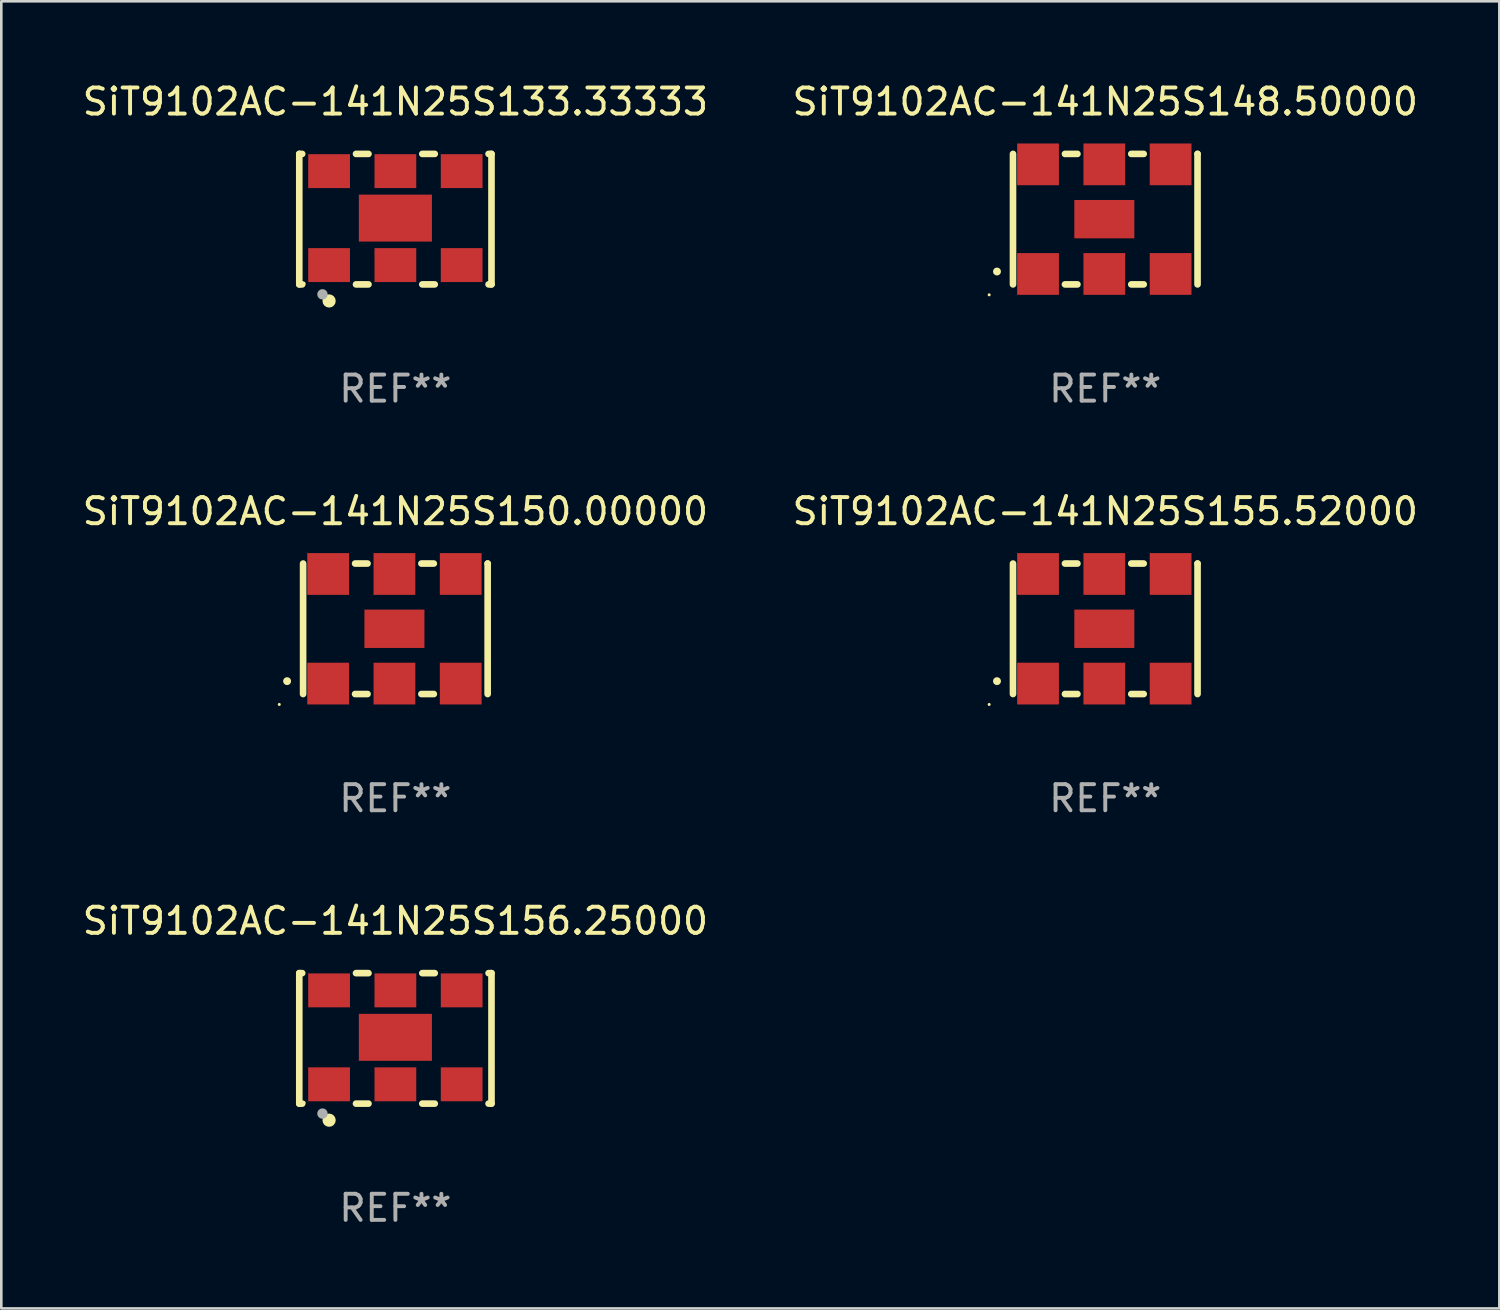
<source format=kicad_pcb>
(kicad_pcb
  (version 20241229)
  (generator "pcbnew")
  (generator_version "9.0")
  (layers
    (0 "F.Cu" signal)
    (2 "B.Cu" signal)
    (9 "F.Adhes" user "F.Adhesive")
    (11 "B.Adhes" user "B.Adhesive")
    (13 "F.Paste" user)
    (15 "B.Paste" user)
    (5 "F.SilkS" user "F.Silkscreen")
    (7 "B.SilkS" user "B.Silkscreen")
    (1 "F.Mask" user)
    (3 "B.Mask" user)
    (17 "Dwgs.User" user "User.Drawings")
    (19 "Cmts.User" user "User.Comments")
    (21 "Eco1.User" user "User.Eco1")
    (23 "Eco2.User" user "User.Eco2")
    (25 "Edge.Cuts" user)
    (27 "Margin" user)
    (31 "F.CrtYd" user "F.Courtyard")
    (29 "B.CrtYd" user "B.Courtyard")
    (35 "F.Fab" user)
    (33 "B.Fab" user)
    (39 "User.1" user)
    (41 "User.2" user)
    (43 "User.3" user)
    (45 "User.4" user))
  (footprint "SiT9102AC-141N25S133.33333"
    (layer "F.Cu")
    (at 12.101 5.348)
    (property "Reference" "SiT9102AC-141N25S133.33333" (at 0 -4.5 0) (layer "F.SilkS") (effects (font (size 1 1) (thickness 0.15))))
    (attr through_hole)
    (fp_line (start -3.683 -2.5) (end -3.571 -2.5) (stroke (width 0.254) (type solid)) (layer "F.SilkS"))
    (fp_line (start -3.683 2.5) (end -3.683 -2.5) (stroke (width 0.254) (type solid)) (layer "F.SilkS"))
    (fp_line (start -3.683 2.5) (end -3.571 2.5) (stroke (width 0.254) (type solid)) (layer "F.SilkS"))
    (fp_line (start -1.509 -2.5) (end -1.031 -2.5) (stroke (width 0.254) (type solid)) (layer "F.SilkS"))
    (fp_line (start -1.509 2.5) (end -1.031 2.5) (stroke (width 0.254) (type solid)) (layer "F.SilkS"))
    (fp_line (start 1.031 -2.5) (end 1.509 -2.5) (stroke (width 0.254) (type solid)) (layer "F.SilkS"))
    (fp_line (start 1.031 2.5) (end 1.509 2.5) (stroke (width 0.254) (type solid)) (layer "F.SilkS"))
    (fp_line (start 3.571 -2.5) (end 3.683 -2.5) (stroke (width 0.254) (type solid)) (layer "F.SilkS"))
    (fp_line (start 3.571 2.5) (end 3.683 2.5) (stroke (width 0.254) (type solid)) (layer "F.SilkS"))
    (fp_line (start 3.683 2.5) (end 3.683 -2.5) (stroke (width 0.254) (type solid)) (layer "F.SilkS"))
    (fp_circle (center -3.5 2.46) (end -3.47 2.46) (stroke (width 0.06) (type solid)) (fill no) (layer "F.SilkS"))
    (fp_circle (center -2.54 3.135) (end -2.413 3.135) (stroke (width 0.254) (type solid)) (fill no) (layer "F.SilkS"))
    (fp_circle (center -2.794 2.881) (end -2.694 2.881) (stroke (width 0.2) (type solid)) (fill no) (layer "F.Fab"))
    (fp_text user "REF**" (at 0 6.5 0) (layer "F.Fab") (effects (font (size 1 1) (thickness 0.15))))
    (pad "1" smd rect (at -2.54 1.76) (size 1.6 1.3) (layers "F.Cu" "F.Mask" "F.Paste"))
    (pad "2" smd rect (at 0 1.76) (size 1.6 1.3) (layers "F.Cu" "F.Mask" "F.Paste"))
    (pad "3" smd rect (at 2.54 1.76) (size 1.6 1.3) (layers "F.Cu" "F.Mask" "F.Paste"))
    (pad "4" smd rect (at 2.54 -1.84) (size 1.6 1.3) (layers "F.Cu" "F.Mask" "F.Paste"))
    (pad "5" smd rect (at 0 -1.84) (size 1.6 1.3) (layers "F.Cu" "F.Mask" "F.Paste"))
    (pad "6" smd rect (at -2.54 -1.84) (size 1.6 1.3) (layers "F.Cu" "F.Mask" "F.Paste"))
    (pad "7" smd rect (at 0 -0.04) (size 2.8 1.8) (layers "F.Cu" "F.Mask" "F.Paste")))
  (footprint "SiT9102AC-141N25S155.52000"
    (layer "F.Cu")
    (at 39.304 21.045)
    (property "Reference" "SiT9102AC-141N25S155.52000" (at 0 -4.5 0) (layer "F.SilkS") (effects (font (size 1 1) (thickness 0.15))))
    (attr through_hole)
    (fp_line (start -3.536 -2.5) (end -3.536 2.5) (stroke (width 0.254) (type solid)) (layer "F.SilkS"))
    (fp_line (start -1.544 2.5) (end -1.067 2.5) (stroke (width 0.254) (type solid)) (layer "F.SilkS"))
    (fp_line (start -1.067 -2.5) (end -1.544 -2.5) (stroke (width 0.254) (type solid)) (layer "F.SilkS"))
    (fp_line (start 0.996 2.5) (end 1.473 2.5) (stroke (width 0.254) (type solid)) (layer "F.SilkS"))
    (fp_line (start 1.473 -2.5) (end 0.996 -2.5) (stroke (width 0.254) (type solid)) (layer "F.SilkS"))
    (fp_line (start 3.536 -2.5) (end 3.536 -2.5) (stroke (width 0.254) (type solid)) (layer "F.SilkS"))
    (fp_line (start 3.536 2.5) (end 3.536 -2.5) (stroke (width 0.254) (type solid)) (layer "F.SilkS"))
    (fp_arc (start -4.150432 2.006604) (mid -4.149162 2.006599) (end -4.147892 2.006604) (stroke (width 0.3) (type solid)) (layer "F.SilkS"))
    (fp_circle (center -4.449 2.9) (end -4.419 2.9) (stroke (width 0.06) (type solid)) (fill no) (layer "F.SilkS"))
    (fp_text user "REF**" (at 0 6.5 0) (layer "F.Fab") (effects (font (size 1 1) (thickness 0.15))))
    (pad "1" smd rect (at -2.576 2.1) (size 1.6 1.6) (layers "F.Cu" "F.Mask" "F.Paste"))
    (pad "2" smd rect (at -0.036 2.1) (size 1.6 1.6) (layers "F.Cu" "F.Mask" "F.Paste"))
    (pad "3" smd rect (at 2.504 2.1) (size 1.6 1.6) (layers "F.Cu" "F.Mask" "F.Paste"))
    (pad "4" smd rect (at 2.504 -2.1) (size 1.6 1.6) (layers "F.Cu" "F.Mask" "F.Paste"))
    (pad "5" smd rect (at -0.036 -2.1) (size 1.6 1.6) (layers "F.Cu" "F.Mask" "F.Paste"))
    (pad "6" smd rect (at -2.576 -2.1) (size 1.6 1.6) (layers "F.Cu" "F.Mask" "F.Paste"))
    (pad "7" smd rect (at -0.036 0) (size 2.3 1.47) (layers "F.Cu" "F.Mask" "F.Paste")))
  (footprint "SiT9102AC-141N25S148.50000"
    (layer "F.Cu")
    (at 39.304 5.348)
    (property "Reference" "SiT9102AC-141N25S148.50000" (at 0 -4.5 0) (layer "F.SilkS") (effects (font (size 1 1) (thickness 0.15))))
    (attr through_hole)
    (fp_line (start -3.536 -2.5) (end -3.536 2.5) (stroke (width 0.254) (type solid)) (layer "F.SilkS"))
    (fp_line (start -1.544 2.5) (end -1.067 2.5) (stroke (width 0.254) (type solid)) (layer "F.SilkS"))
    (fp_line (start -1.067 -2.5) (end -1.544 -2.5) (stroke (width 0.254) (type solid)) (layer "F.SilkS"))
    (fp_line (start 0.996 2.5) (end 1.473 2.5) (stroke (width 0.254) (type solid)) (layer "F.SilkS"))
    (fp_line (start 1.473 -2.5) (end 0.996 -2.5) (stroke (width 0.254) (type solid)) (layer "F.SilkS"))
    (fp_line (start 3.536 -2.5) (end 3.536 -2.5) (stroke (width 0.254) (type solid)) (layer "F.SilkS"))
    (fp_line (start 3.536 2.5) (end 3.536 -2.5) (stroke (width 0.254) (type solid)) (layer "F.SilkS"))
    (fp_arc (start -4.150432 2.006604) (mid -4.149162 2.006599) (end -4.147892 2.006604) (stroke (width 0.3) (type solid)) (layer "F.SilkS"))
    (fp_circle (center -4.449 2.9) (end -4.419 2.9) (stroke (width 0.06) (type solid)) (fill no) (layer "F.SilkS"))
    (fp_text user "REF**" (at 0 6.5 0) (layer "F.Fab") (effects (font (size 1 1) (thickness 0.15))))
    (pad "1" smd rect (at -2.576 2.1) (size 1.6 1.6) (layers "F.Cu" "F.Mask" "F.Paste"))
    (pad "2" smd rect (at -0.036 2.1) (size 1.6 1.6) (layers "F.Cu" "F.Mask" "F.Paste"))
    (pad "3" smd rect (at 2.504 2.1) (size 1.6 1.6) (layers "F.Cu" "F.Mask" "F.Paste"))
    (pad "4" smd rect (at 2.504 -2.1) (size 1.6 1.6) (layers "F.Cu" "F.Mask" "F.Paste"))
    (pad "5" smd rect (at -0.036 -2.1) (size 1.6 1.6) (layers "F.Cu" "F.Mask" "F.Paste"))
    (pad "6" smd rect (at -2.576 -2.1) (size 1.6 1.6) (layers "F.Cu" "F.Mask" "F.Paste"))
    (pad "7" smd rect (at -0.036 0) (size 2.3 1.47) (layers "F.Cu" "F.Mask" "F.Paste")))
  (footprint "SiT9102AC-141N25S150.00000"
    (layer "F.Cu")
    (at 12.101 21.045)
    (property "Reference" "SiT9102AC-141N25S150.00000" (at 0 -4.5 0) (layer "F.SilkS") (effects (font (size 1 1) (thickness 0.15))))
    (attr through_hole)
    (fp_line (start -3.536 -2.5) (end -3.536 2.5) (stroke (width 0.254) (type solid)) (layer "F.SilkS"))
    (fp_line (start -1.544 2.5) (end -1.067 2.5) (stroke (width 0.254) (type solid)) (layer "F.SilkS"))
    (fp_line (start -1.067 -2.5) (end -1.544 -2.5) (stroke (width 0.254) (type solid)) (layer "F.SilkS"))
    (fp_line (start 0.996 2.5) (end 1.473 2.5) (stroke (width 0.254) (type solid)) (layer "F.SilkS"))
    (fp_line (start 1.473 -2.5) (end 0.996 -2.5) (stroke (width 0.254) (type solid)) (layer "F.SilkS"))
    (fp_line (start 3.536 -2.5) (end 3.536 -2.5) (stroke (width 0.254) (type solid)) (layer "F.SilkS"))
    (fp_line (start 3.536 2.5) (end 3.536 -2.5) (stroke (width 0.254) (type solid)) (layer "F.SilkS"))
    (fp_arc (start -4.150432 2.006604) (mid -4.149162 2.006599) (end -4.147892 2.006604) (stroke (width 0.3) (type solid)) (layer "F.SilkS"))
    (fp_circle (center -4.449 2.9) (end -4.419 2.9) (stroke (width 0.06) (type solid)) (fill no) (layer "F.SilkS"))
    (fp_text user "REF**" (at 0 6.5 0) (layer "F.Fab") (effects (font (size 1 1) (thickness 0.15))))
    (pad "1" smd rect (at -2.576 2.1) (size 1.6 1.6) (layers "F.Cu" "F.Mask" "F.Paste"))
    (pad "2" smd rect (at -0.036 2.1) (size 1.6 1.6) (layers "F.Cu" "F.Mask" "F.Paste"))
    (pad "3" smd rect (at 2.504 2.1) (size 1.6 1.6) (layers "F.Cu" "F.Mask" "F.Paste"))
    (pad "4" smd rect (at 2.504 -2.1) (size 1.6 1.6) (layers "F.Cu" "F.Mask" "F.Paste"))
    (pad "5" smd rect (at -0.036 -2.1) (size 1.6 1.6) (layers "F.Cu" "F.Mask" "F.Paste"))
    (pad "6" smd rect (at -2.576 -2.1) (size 1.6 1.6) (layers "F.Cu" "F.Mask" "F.Paste"))
    (pad "7" smd rect (at -0.036 0) (size 2.3 1.47) (layers "F.Cu" "F.Mask" "F.Paste")))
  (footprint "SiT9102AC-141N25S156.25000"
    (layer "F.Cu")
    (at 12.101 36.741)
    (property "Reference" "SiT9102AC-141N25S156.25000" (at 0 -4.5 0) (layer "F.SilkS") (effects (font (size 1 1) (thickness 0.15))))
    (attr through_hole)
    (fp_line (start -3.683 -2.5) (end -3.571 -2.5) (stroke (width 0.254) (type solid)) (layer "F.SilkS"))
    (fp_line (start -3.683 2.5) (end -3.683 -2.5) (stroke (width 0.254) (type solid)) (layer "F.SilkS"))
    (fp_line (start -3.683 2.5) (end -3.571 2.5) (stroke (width 0.254) (type solid)) (layer "F.SilkS"))
    (fp_line (start -1.509 -2.5) (end -1.031 -2.5) (stroke (width 0.254) (type solid)) (layer "F.SilkS"))
    (fp_line (start -1.509 2.5) (end -1.031 2.5) (stroke (width 0.254) (type solid)) (layer "F.SilkS"))
    (fp_line (start 1.031 -2.5) (end 1.509 -2.5) (stroke (width 0.254) (type solid)) (layer "F.SilkS"))
    (fp_line (start 1.031 2.5) (end 1.509 2.5) (stroke (width 0.254) (type solid)) (layer "F.SilkS"))
    (fp_line (start 3.571 -2.5) (end 3.683 -2.5) (stroke (width 0.254) (type solid)) (layer "F.SilkS"))
    (fp_line (start 3.571 2.5) (end 3.683 2.5) (stroke (width 0.254) (type solid)) (layer "F.SilkS"))
    (fp_line (start 3.683 2.5) (end 3.683 -2.5) (stroke (width 0.254) (type solid)) (layer "F.SilkS"))
    (fp_circle (center -3.5 2.46) (end -3.47 2.46) (stroke (width 0.06) (type solid)) (fill no) (layer "F.SilkS"))
    (fp_circle (center -2.54 3.135) (end -2.413 3.135) (stroke (width 0.254) (type solid)) (fill no) (layer "F.SilkS"))
    (fp_circle (center -2.794 2.881) (end -2.694 2.881) (stroke (width 0.2) (type solid)) (fill no) (layer "F.Fab"))
    (fp_text user "REF**" (at 0 6.5 0) (layer "F.Fab") (effects (font (size 1 1) (thickness 0.15))))
    (pad "1" smd rect (at -2.54 1.76) (size 1.6 1.3) (layers "F.Cu" "F.Mask" "F.Paste"))
    (pad "2" smd rect (at 0 1.76) (size 1.6 1.3) (layers "F.Cu" "F.Mask" "F.Paste"))
    (pad "3" smd rect (at 2.54 1.76) (size 1.6 1.3) (layers "F.Cu" "F.Mask" "F.Paste"))
    (pad "4" smd rect (at 2.54 -1.84) (size 1.6 1.3) (layers "F.Cu" "F.Mask" "F.Paste"))
    (pad "5" smd rect (at 0 -1.84) (size 1.6 1.3) (layers "F.Cu" "F.Mask" "F.Paste"))
    (pad "6" smd rect (at -2.54 -1.84) (size 1.6 1.3) (layers "F.Cu" "F.Mask" "F.Paste"))
    (pad "7" smd rect (at 0 -0.04) (size 2.8 1.8) (layers "F.Cu" "F.Mask" "F.Paste")))
  (gr_rect
    (start -3 -3)
    (end 54.405 47.09)
    (stroke (width 0.1) (type default))
    (fill no)
    (layer "Edge.Cuts")))
</source>
